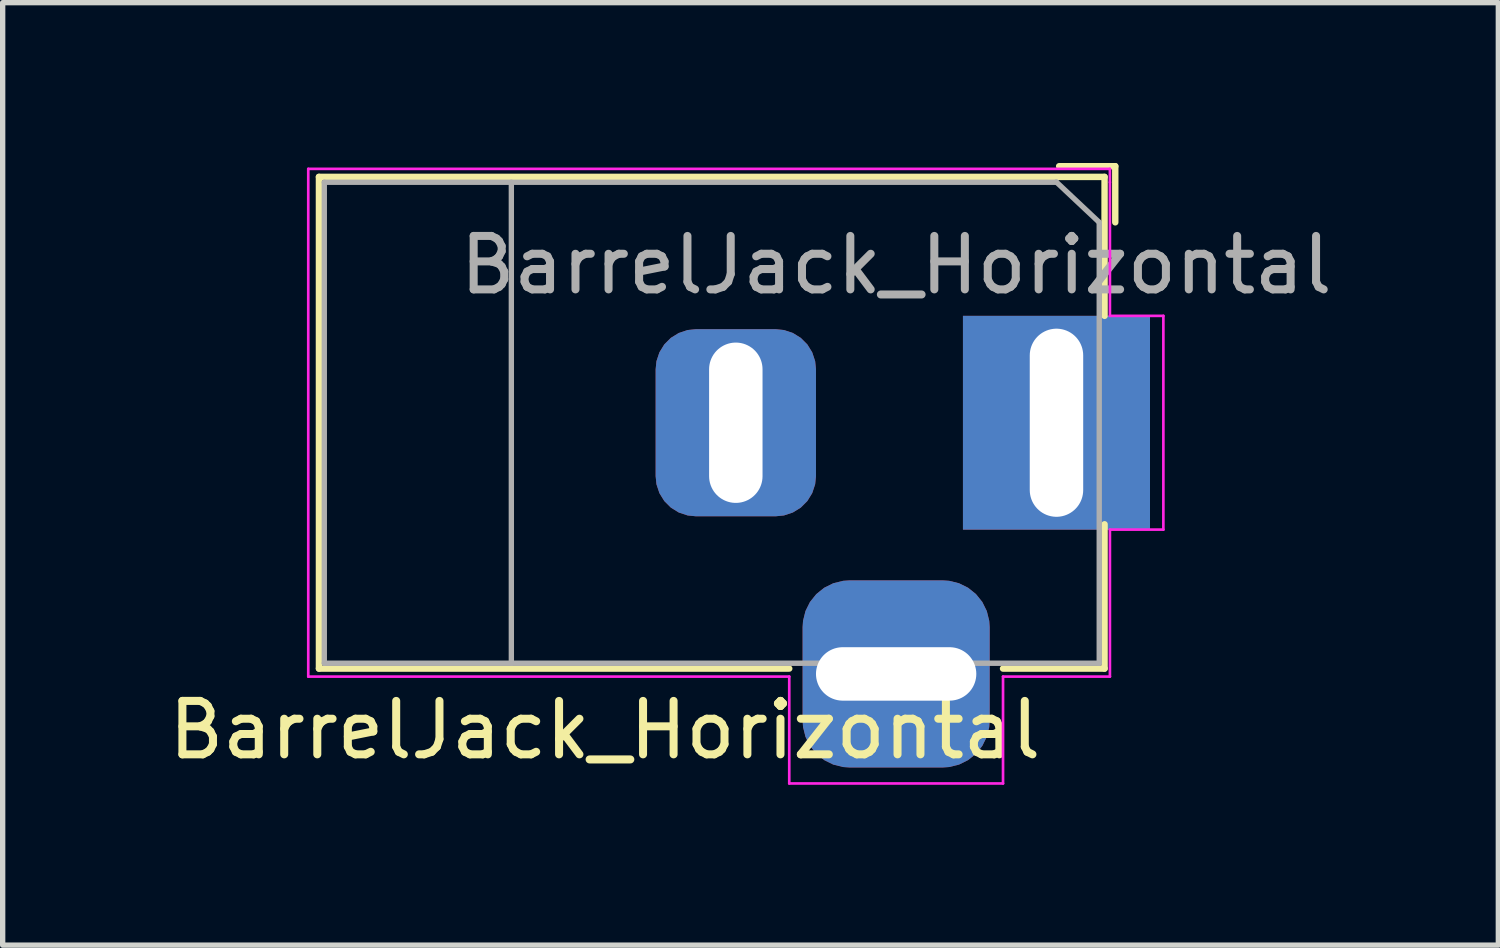
<source format=kicad_pcb>
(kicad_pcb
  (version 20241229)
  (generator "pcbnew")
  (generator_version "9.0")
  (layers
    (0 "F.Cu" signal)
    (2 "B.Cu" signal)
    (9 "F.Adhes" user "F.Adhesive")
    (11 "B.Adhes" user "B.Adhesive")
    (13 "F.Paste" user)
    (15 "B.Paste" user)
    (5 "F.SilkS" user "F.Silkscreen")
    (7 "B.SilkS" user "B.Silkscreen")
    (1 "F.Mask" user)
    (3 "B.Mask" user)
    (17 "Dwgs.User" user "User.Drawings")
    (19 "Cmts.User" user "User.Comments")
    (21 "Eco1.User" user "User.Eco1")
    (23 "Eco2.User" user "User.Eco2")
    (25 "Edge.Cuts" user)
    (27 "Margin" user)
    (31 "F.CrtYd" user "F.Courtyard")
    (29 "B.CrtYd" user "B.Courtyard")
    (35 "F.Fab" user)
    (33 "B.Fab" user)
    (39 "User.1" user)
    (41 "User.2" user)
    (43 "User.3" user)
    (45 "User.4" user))
  (footprint "BarrelJack_Horizontal"
    (layer "F.Cu")
    (at 16.718 4.86)
    (property "Reference" "BarrelJack_Horizontal" (at -8.45 5.75 0) (layer "F.SilkS") (effects (font (size 1 1) (thickness 0.15))))
    (attr through_hole)
    (fp_line (start -13.8 -4.6) (end 0.9 -4.6) (stroke (width 0.12) (type solid)) (layer "F.SilkS"))
    (fp_line (start -13.8 4.6) (end -13.8 -4.6) (stroke (width 0.12) (type solid)) (layer "F.SilkS"))
    (fp_line (start -5 4.6) (end -13.8 4.6) (stroke (width 0.12) (type solid)) (layer "F.SilkS"))
    (fp_line (start 0.05 -4.8) (end 1.1 -4.8) (stroke (width 0.12) (type solid)) (layer "F.SilkS"))
    (fp_line (start 0.9 -4.6) (end 0.9 -2) (stroke (width 0.12) (type solid)) (layer "F.SilkS"))
    (fp_line (start 0.9 1.9) (end 0.9 4.6) (stroke (width 0.12) (type solid)) (layer "F.SilkS"))
    (fp_line (start 0.9 4.6) (end -1 4.6) (stroke (width 0.12) (type solid)) (layer "F.SilkS"))
    (fp_line (start 1.1 -3.75) (end 1.1 -4.8) (stroke (width 0.12) (type solid)) (layer "F.SilkS"))
    (fp_line (start -14 4.75) (end -14 -4.75) (stroke (width 0.05) (type solid)) (layer "F.CrtYd"))
    (fp_line (start -5 4.75) (end -14 4.75) (stroke (width 0.05) (type solid)) (layer "F.CrtYd"))
    (fp_line (start -5 6.75) (end -5 4.75) (stroke (width 0.05) (type solid)) (layer "F.CrtYd"))
    (fp_line (start -1 4.75) (end -1 6.75) (stroke (width 0.05) (type solid)) (layer "F.CrtYd"))
    (fp_line (start -1 6.75) (end -5 6.75) (stroke (width 0.05) (type solid)) (layer "F.CrtYd"))
    (fp_line (start 1 -4.75) (end -14 -4.75) (stroke (width 0.05) (type solid)) (layer "F.CrtYd"))
    (fp_line (start 1 -4.5) (end 1 -4.75) (stroke (width 0.05) (type solid)) (layer "F.CrtYd"))
    (fp_line (start 1 -4.5) (end 1 -2) (stroke (width 0.05) (type solid)) (layer "F.CrtYd"))
    (fp_line (start 1 -2) (end 2 -2) (stroke (width 0.05) (type solid)) (layer "F.CrtYd"))
    (fp_line (start 1 2) (end 1 4.75) (stroke (width 0.05) (type solid)) (layer "F.CrtYd"))
    (fp_line (start 1 4.75) (end -1 4.75) (stroke (width 0.05) (type solid)) (layer "F.CrtYd"))
    (fp_line (start 2 -2) (end 2 2) (stroke (width 0.05) (type solid)) (layer "F.CrtYd"))
    (fp_line (start 2 2) (end 1 2) (stroke (width 0.05) (type solid)) (layer "F.CrtYd"))
    (fp_line (start -13.7 -4.5) (end -13.7 4.5) (stroke (width 0.1) (type solid)) (layer "F.Fab"))
    (fp_line (start -13.7 4.5) (end 0.8 4.5) (stroke (width 0.1) (type solid)) (layer "F.Fab"))
    (fp_line (start -10.2 -4.5) (end -10.2 4.5) (stroke (width 0.1) (type solid)) (layer "F.Fab"))
    (fp_line (start -0.003 -4.505) (end 0.8 -3.75) (stroke (width 0.1) (type solid)) (layer "F.Fab"))
    (fp_line (start 0 -4.5) (end -13.7 -4.5) (stroke (width 0.1) (type solid)) (layer "F.Fab"))
    (fp_line (start 0.8 4.5) (end 0.8 -3.75) (stroke (width 0.1) (type solid)) (layer "F.Fab"))
    (fp_text user "${REFERENCE}" (at -3 -2.95 0) (layer "F.Fab") (effects (font (size 1 1) (thickness 0.15))))
    (pad "1" thru_hole rect (at 0 0) (size 3.5 4) (drill oval 1 3.52) (layers "*.Cu" "*.Mask"))
    (pad "2" thru_hole roundrect (at -6 0) (size 3 3.5) (drill oval 1 3) (layers "*.Cu" "*.Mask") (roundrect_rratio 0.25))
    (pad "3" thru_hole roundrect (at -3 4.7) (size 3.5 3.5) (drill oval 3 1) (layers "*.Cu" "*.Mask") (roundrect_rratio 0.25)))
  (gr_rect
    (start -3 -3)
    (end 24.986 14.635)
    (stroke (width 0.1) (type default))
    (fill no)
    (layer "Edge.Cuts")))
</source>
